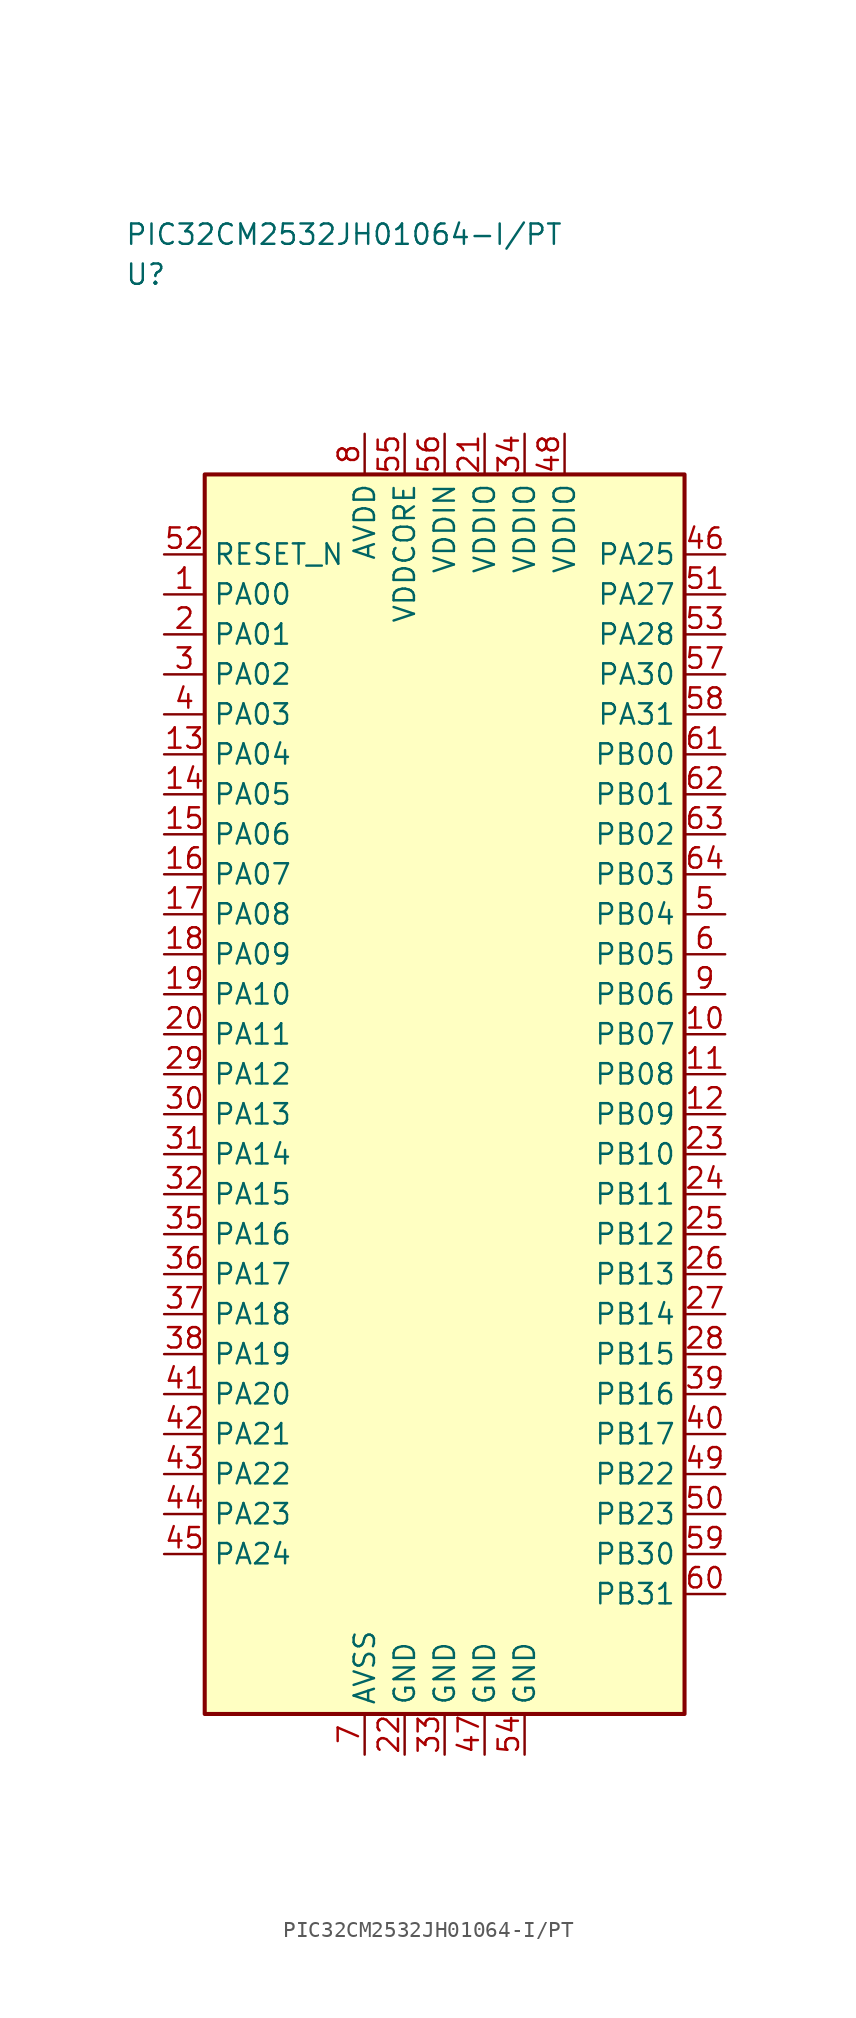
<source format=kicad_sym>
(kicad_symbol_lib
  (version 20241025)
  (generator "kicad_symbol_editor")
  (generator_version "8.0")
  (symbol "PIC32CM2532JH01064-I/PT"
    (property "Reference" "U"
      (at -20.0 51.25 0)
      (effects (font (size 1.27 1.27)) (justify left)))
    (property "Value" "PIC32CM2532JH01064-I/PT"
      (at -20.0 53.75 0)
      (effects (font (size 1.27 1.27)) (justify left)))
    (symbol "PIC32CM2532JH01064-I/PT_0_1"
      (rectangle (start -15.0 38.75) (end 15.0 -38.75) (stroke (width 0.254) (type default)) (fill (type background))))
    (symbol "PIC32CM2532JH01064-I/PT_1_1"
      (pin bidirectional line (at -17.54 31.25 0.0) (length 2.54) (name "PA00" (effects (font (size 1.27 1.27)))) (number "1" (effects (font (size 1.27 1.27)))))
      (pin bidirectional line (at -17.54 28.75 0.0) (length 2.54) (name "PA01" (effects (font (size 1.27 1.27)))) (number "2" (effects (font (size 1.27 1.27)))))
      (pin bidirectional line (at -17.54 26.25 0.0) (length 2.54) (name "PA02" (effects (font (size 1.27 1.27)))) (number "3" (effects (font (size 1.27 1.27)))))
      (pin bidirectional line (at -17.54 23.75 0.0) (length 2.54) (name "PA03" (effects (font (size 1.27 1.27)))) (number "4" (effects (font (size 1.27 1.27)))))
      (pin bidirectional line (at 17.54 11.25 180.0) (length 2.54) (name "PB04" (effects (font (size 1.27 1.27)))) (number "5" (effects (font (size 1.27 1.27)))))
      (pin bidirectional line (at 17.54 8.75 180.0) (length 2.54) (name "PB05" (effects (font (size 1.27 1.27)))) (number "6" (effects (font (size 1.27 1.27)))))
      (pin passive line (at -5.0 -41.29 90.0) (length 2.54) (name "AVSS" (effects (font (size 1.27 1.27)))) (number "7" (effects (font (size 1.27 1.27)))))
      (pin power_in line (at -5.0 41.29 270.0) (length 2.54) (name "AVDD" (effects (font (size 1.27 1.27)))) (number "8" (effects (font (size 1.27 1.27)))))
      (pin bidirectional line (at 17.54 6.25 180.0) (length 2.54) (name "PB06" (effects (font (size 1.27 1.27)))) (number "9" (effects (font (size 1.27 1.27)))))
      (pin bidirectional line (at 17.54 3.75 180.0) (length 2.54) (name "PB07" (effects (font (size 1.27 1.27)))) (number "10" (effects (font (size 1.27 1.27)))))
      (pin bidirectional line (at 17.54 1.25 180.0) (length 2.54) (name "PB08" (effects (font (size 1.27 1.27)))) (number "11" (effects (font (size 1.27 1.27)))))
      (pin bidirectional line (at 17.54 -1.25 180.0) (length 2.54) (name "PB09" (effects (font (size 1.27 1.27)))) (number "12" (effects (font (size 1.27 1.27)))))
      (pin bidirectional line (at -17.54 21.25 0.0) (length 2.54) (name "PA04" (effects (font (size 1.27 1.27)))) (number "13" (effects (font (size 1.27 1.27)))))
      (pin bidirectional line (at -17.54 18.75 0.0) (length 2.54) (name "PA05" (effects (font (size 1.27 1.27)))) (number "14" (effects (font (size 1.27 1.27)))))
      (pin bidirectional line (at -17.54 16.25 0.0) (length 2.54) (name "PA06" (effects (font (size 1.27 1.27)))) (number "15" (effects (font (size 1.27 1.27)))))
      (pin bidirectional line (at -17.54 13.75 0.0) (length 2.54) (name "PA07" (effects (font (size 1.27 1.27)))) (number "16" (effects (font (size 1.27 1.27)))))
      (pin bidirectional line (at -17.54 11.25 0.0) (length 2.54) (name "PA08" (effects (font (size 1.27 1.27)))) (number "17" (effects (font (size 1.27 1.27)))))
      (pin bidirectional line (at -17.54 8.75 0.0) (length 2.54) (name "PA09" (effects (font (size 1.27 1.27)))) (number "18" (effects (font (size 1.27 1.27)))))
      (pin bidirectional line (at -17.54 6.25 0.0) (length 2.54) (name "PA10" (effects (font (size 1.27 1.27)))) (number "19" (effects (font (size 1.27 1.27)))))
      (pin bidirectional line (at -17.54 3.75 0.0) (length 2.54) (name "PA11" (effects (font (size 1.27 1.27)))) (number "20" (effects (font (size 1.27 1.27)))))
      (pin power_in line (at 2.5 41.29 270.0) (length 2.54) (name "VDDIO" (effects (font (size 1.27 1.27)))) (number "21" (effects (font (size 1.27 1.27)))))
      (pin passive line (at -2.5 -41.29 90.0) (length 2.54) (name "GND" (effects (font (size 1.27 1.27)))) (number "22" (effects (font (size 1.27 1.27)))))
      (pin bidirectional line (at 17.54 -3.75 180.0) (length 2.54) (name "PB10" (effects (font (size 1.27 1.27)))) (number "23" (effects (font (size 1.27 1.27)))))
      (pin bidirectional line (at 17.54 -6.25 180.0) (length 2.54) (name "PB11" (effects (font (size 1.27 1.27)))) (number "24" (effects (font (size 1.27 1.27)))))
      (pin bidirectional line (at 17.54 -8.75 180.0) (length 2.54) (name "PB12" (effects (font (size 1.27 1.27)))) (number "25" (effects (font (size 1.27 1.27)))))
      (pin bidirectional line (at 17.54 -11.25 180.0) (length 2.54) (name "PB13" (effects (font (size 1.27 1.27)))) (number "26" (effects (font (size 1.27 1.27)))))
      (pin bidirectional line (at 17.54 -13.75 180.0) (length 2.54) (name "PB14" (effects (font (size 1.27 1.27)))) (number "27" (effects (font (size 1.27 1.27)))))
      (pin bidirectional line (at 17.54 -16.25 180.0) (length 2.54) (name "PB15" (effects (font (size 1.27 1.27)))) (number "28" (effects (font (size 1.27 1.27)))))
      (pin bidirectional line (at -17.54 1.25 0.0) (length 2.54) (name "PA12" (effects (font (size 1.27 1.27)))) (number "29" (effects (font (size 1.27 1.27)))))
      (pin bidirectional line (at -17.54 -1.25 0.0) (length 2.54) (name "PA13" (effects (font (size 1.27 1.27)))) (number "30" (effects (font (size 1.27 1.27)))))
      (pin bidirectional line (at -17.54 -3.75 0.0) (length 2.54) (name "PA14" (effects (font (size 1.27 1.27)))) (number "31" (effects (font (size 1.27 1.27)))))
      (pin bidirectional line (at -17.54 -6.25 0.0) (length 2.54) (name "PA15" (effects (font (size 1.27 1.27)))) (number "32" (effects (font (size 1.27 1.27)))))
      (pin passive line (at 0.0 -41.29 90.0) (length 2.54) (name "GND" (effects (font (size 1.27 1.27)))) (number "33" (effects (font (size 1.27 1.27)))))
      (pin power_in line (at 5.0 41.29 270.0) (length 2.54) (name "VDDIO" (effects (font (size 1.27 1.27)))) (number "34" (effects (font (size 1.27 1.27)))))
      (pin bidirectional line (at -17.54 -8.75 0.0) (length 2.54) (name "PA16" (effects (font (size 1.27 1.27)))) (number "35" (effects (font (size 1.27 1.27)))))
      (pin bidirectional line (at -17.54 -11.25 0.0) (length 2.54) (name "PA17" (effects (font (size 1.27 1.27)))) (number "36" (effects (font (size 1.27 1.27)))))
      (pin bidirectional line (at -17.54 -13.75 0.0) (length 2.54) (name "PA18" (effects (font (size 1.27 1.27)))) (number "37" (effects (font (size 1.27 1.27)))))
      (pin bidirectional line (at -17.54 -16.25 0.0) (length 2.54) (name "PA19" (effects (font (size 1.27 1.27)))) (number "38" (effects (font (size 1.27 1.27)))))
      (pin bidirectional line (at 17.54 -18.75 180.0) (length 2.54) (name "PB16" (effects (font (size 1.27 1.27)))) (number "39" (effects (font (size 1.27 1.27)))))
      (pin bidirectional line (at 17.54 -21.25 180.0) (length 2.54) (name "PB17" (effects (font (size 1.27 1.27)))) (number "40" (effects (font (size 1.27 1.27)))))
      (pin bidirectional line (at -17.54 -18.75 0.0) (length 2.54) (name "PA20" (effects (font (size 1.27 1.27)))) (number "41" (effects (font (size 1.27 1.27)))))
      (pin bidirectional line (at -17.54 -21.25 0.0) (length 2.54) (name "PA21" (effects (font (size 1.27 1.27)))) (number "42" (effects (font (size 1.27 1.27)))))
      (pin bidirectional line (at -17.54 -23.75 0.0) (length 2.54) (name "PA22" (effects (font (size 1.27 1.27)))) (number "43" (effects (font (size 1.27 1.27)))))
      (pin bidirectional line (at -17.54 -26.25 0.0) (length 2.54) (name "PA23" (effects (font (size 1.27 1.27)))) (number "44" (effects (font (size 1.27 1.27)))))
      (pin bidirectional line (at -17.54 -28.75 0.0) (length 2.54) (name "PA24" (effects (font (size 1.27 1.27)))) (number "45" (effects (font (size 1.27 1.27)))))
      (pin bidirectional line (at 17.54 33.75 180.0) (length 2.54) (name "PA25" (effects (font (size 1.27 1.27)))) (number "46" (effects (font (size 1.27 1.27)))))
      (pin passive line (at 2.5 -41.29 90.0) (length 2.54) (name "GND" (effects (font (size 1.27 1.27)))) (number "47" (effects (font (size 1.27 1.27)))))
      (pin power_in line (at 7.5 41.29 270.0) (length 2.54) (name "VDDIO" (effects (font (size 1.27 1.27)))) (number "48" (effects (font (size 1.27 1.27)))))
      (pin bidirectional line (at 17.54 -23.75 180.0) (length 2.54) (name "PB22" (effects (font (size 1.27 1.27)))) (number "49" (effects (font (size 1.27 1.27)))))
      (pin bidirectional line (at 17.54 -26.25 180.0) (length 2.54) (name "PB23" (effects (font (size 1.27 1.27)))) (number "50" (effects (font (size 1.27 1.27)))))
      (pin bidirectional line (at 17.54 31.25 180.0) (length 2.54) (name "PA27" (effects (font (size 1.27 1.27)))) (number "51" (effects (font (size 1.27 1.27)))))
      (pin input line (at -17.54 33.75 0.0) (length 2.54) (name "RESET_N" (effects (font (size 1.27 1.27)))) (number "52" (effects (font (size 1.27 1.27)))))
      (pin bidirectional line (at 17.54 28.75 180.0) (length 2.54) (name "PA28" (effects (font (size 1.27 1.27)))) (number "53" (effects (font (size 1.27 1.27)))))
      (pin passive line (at 5.0 -41.29 90.0) (length 2.54) (name "GND" (effects (font (size 1.27 1.27)))) (number "54" (effects (font (size 1.27 1.27)))))
      (pin power_in line (at -2.5 41.29 270.0) (length 2.54) (name "VDDCORE" (effects (font (size 1.27 1.27)))) (number "55" (effects (font (size 1.27 1.27)))))
      (pin power_in line (at 0.0 41.29 270.0) (length 2.54) (name "VDDIN" (effects (font (size 1.27 1.27)))) (number "56" (effects (font (size 1.27 1.27)))))
      (pin bidirectional line (at 17.54 26.25 180.0) (length 2.54) (name "PA30" (effects (font (size 1.27 1.27)))) (number "57" (effects (font (size 1.27 1.27)))))
      (pin bidirectional line (at 17.54 23.75 180.0) (length 2.54) (name "PA31" (effects (font (size 1.27 1.27)))) (number "58" (effects (font (size 1.27 1.27)))))
      (pin bidirectional line (at 17.54 -28.75 180.0) (length 2.54) (name "PB30" (effects (font (size 1.27 1.27)))) (number "59" (effects (font (size 1.27 1.27)))))
      (pin bidirectional line (at 17.54 -31.25 180.0) (length 2.54) (name "PB31" (effects (font (size 1.27 1.27)))) (number "60" (effects (font (size 1.27 1.27)))))
      (pin bidirectional line (at 17.54 21.25 180.0) (length 2.54) (name "PB00" (effects (font (size 1.27 1.27)))) (number "61" (effects (font (size 1.27 1.27)))))
      (pin bidirectional line (at 17.54 18.75 180.0) (length 2.54) (name "PB01" (effects (font (size 1.27 1.27)))) (number "62" (effects (font (size 1.27 1.27)))))
      (pin bidirectional line (at 17.54 16.25 180.0) (length 2.54) (name "PB02" (effects (font (size 1.27 1.27)))) (number "63" (effects (font (size 1.27 1.27)))))
      (pin bidirectional line (at 17.54 13.75 180.0) (length 2.54) (name "PB03" (effects (font (size 1.27 1.27)))) (number "64" (effects (font (size 1.27 1.27))))))))
</source>
